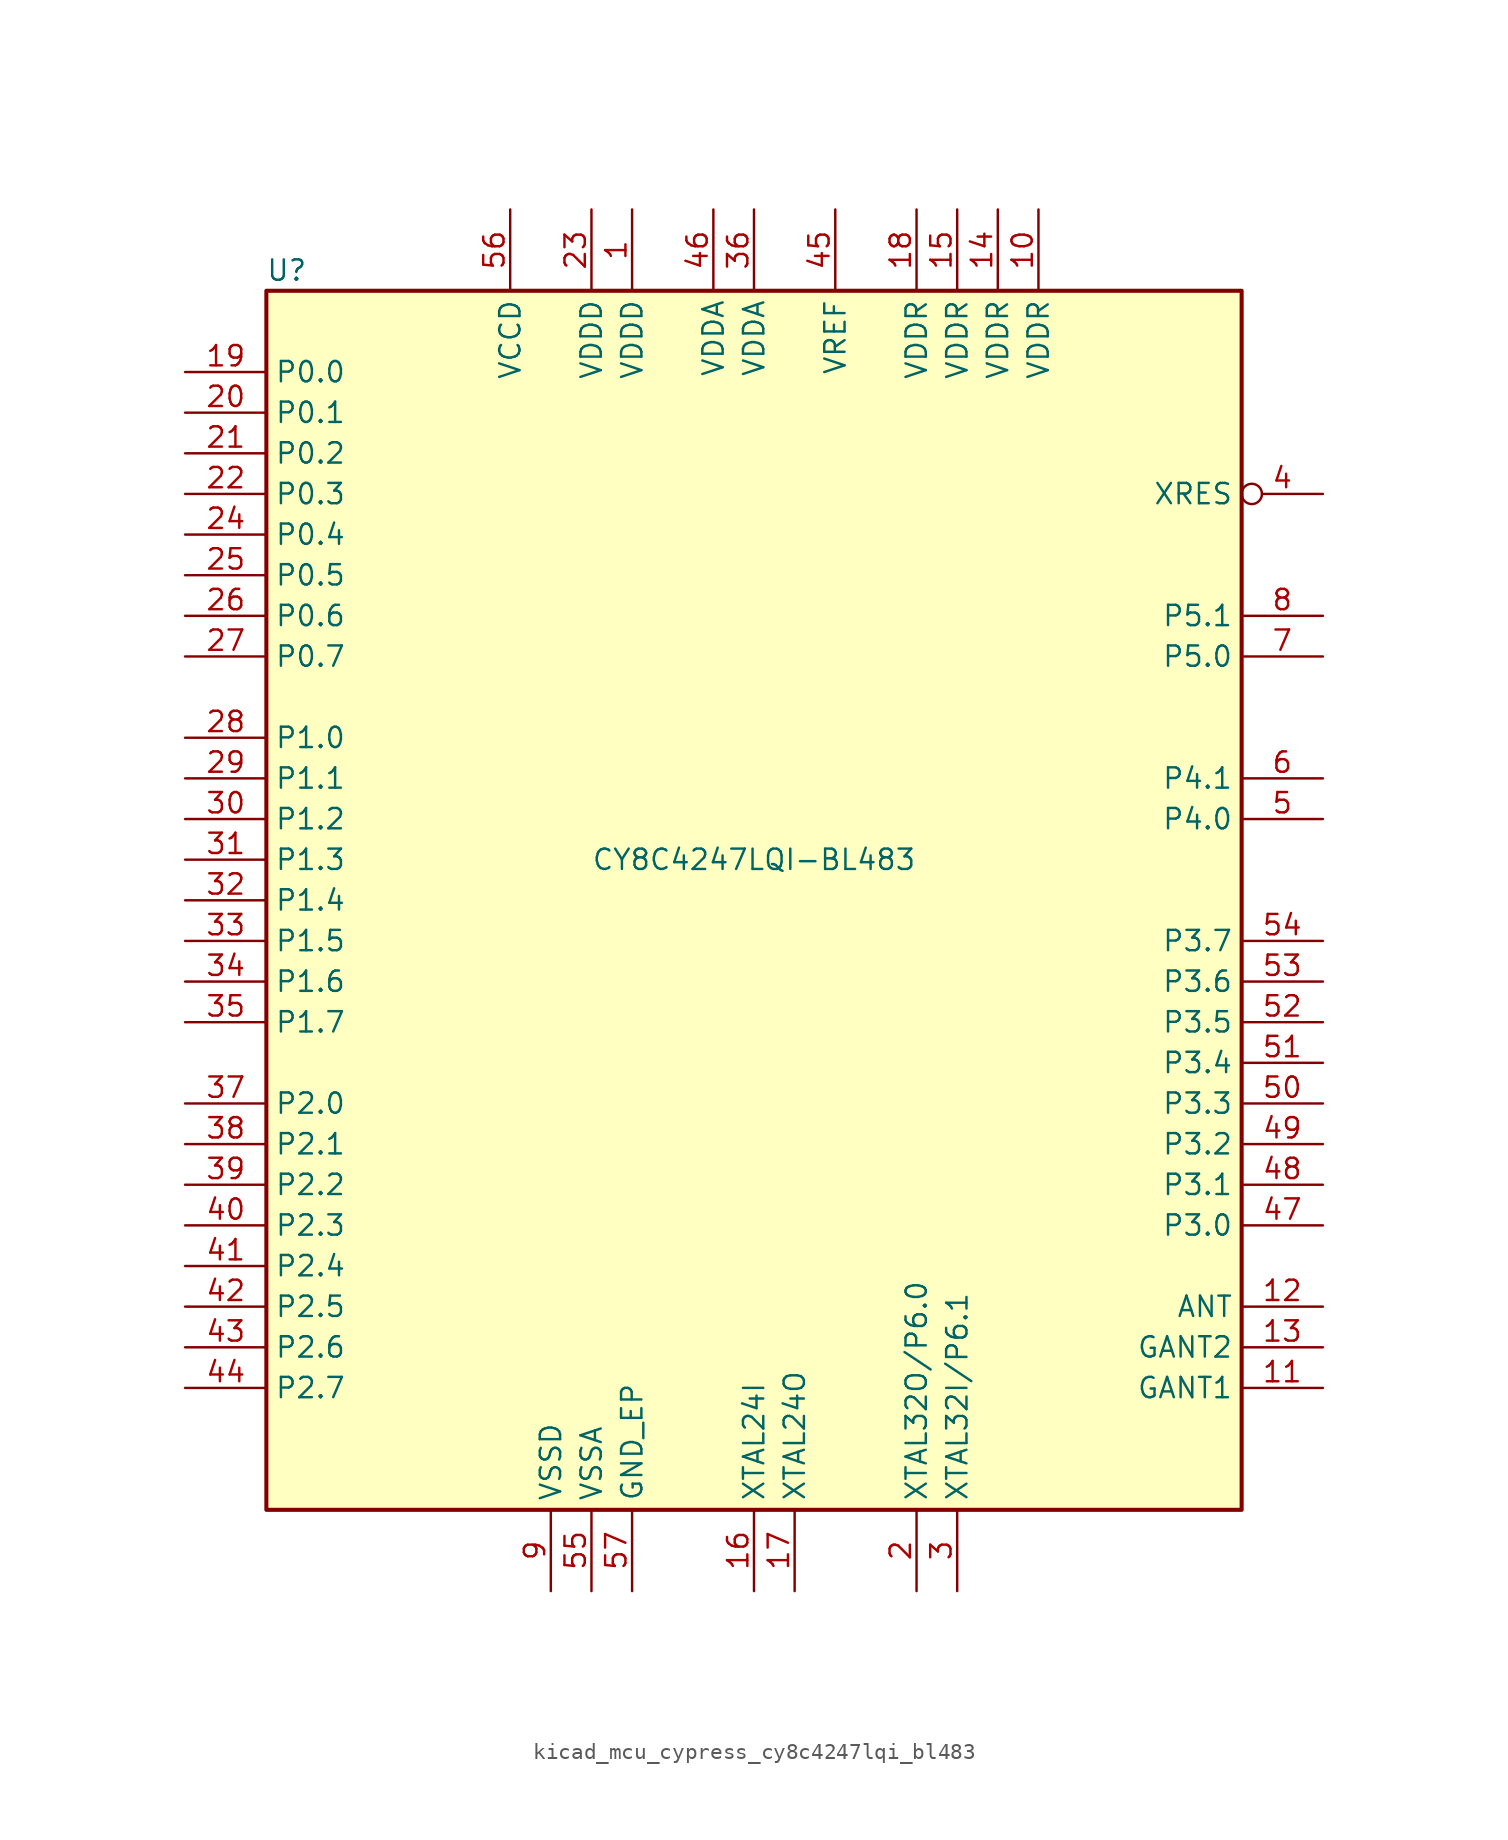
<source format=kicad_sym>
(kicad_symbol_lib
  (version 20220914)
  (generator kicad_symbol_editor)
  (symbol "kicad_mcu_cypress_cy8c4247lqi_bl483"
    (property "Reference" "U"
      (at -29.21 39.37 0)
      (effects (font (size 1.27 1.27))))
    (property "Value" "CY8C4247LQI-BL483"
      (at 0 2.54 0)
      (effects (font (size 1.27 1.27))))
    (symbol "kicad_mcu_cypress_cy8c4247lqi_bl483_1_0"
      (rectangle (start -30.48 -38.1) (end 30.48 38.1) (stroke (width 0.254) (type default)) (fill (type background))))
    (symbol "kicad_mcu_cypress_cy8c4247lqi_bl483_1_1"
      (pin power_in line (at -7.62 43.18 270) (length 5.08) (name "VDDD" (effects (font (size 1.27 1.27)))) (number "1" (effects (font (size 1.27 1.27)))))
      (pin power_in line (at 17.78 43.18 270) (length 5.08) (name "VDDR" (effects (font (size 1.27 1.27)))) (number "10" (effects (font (size 1.27 1.27)))))
      (pin power_in line (at 35.56 -30.48 180) (length 5.08) (name "GANT1" (effects (font (size 1.27 1.27)))) (number "11" (effects (font (size 1.27 1.27)))))
      (pin output line (at 35.56 -25.4 180) (length 5.08) (name "ANT" (effects (font (size 1.27 1.27)))) (number "12" (effects (font (size 1.27 1.27)))))
      (pin power_in line (at 35.56 -27.94 180) (length 5.08) (name "GANT2" (effects (font (size 1.27 1.27)))) (number "13" (effects (font (size 1.27 1.27)))))
      (pin power_in line (at 15.24 43.18 270) (length 5.08) (name "VDDR" (effects (font (size 1.27 1.27)))) (number "14" (effects (font (size 1.27 1.27)))))
      (pin power_in line (at 12.7 43.18 270) (length 5.08) (name "VDDR" (effects (font (size 1.27 1.27)))) (number "15" (effects (font (size 1.27 1.27)))))
      (pin input line (at 0 -43.18 90) (length 5.08) (name "XTAL24I" (effects (font (size 1.27 1.27)))) (number "16" (effects (font (size 1.27 1.27)))))
      (pin output line (at 2.54 -43.18 90) (length 5.08) (name "XTAL24O" (effects (font (size 1.27 1.27)))) (number "17" (effects (font (size 1.27 1.27)))))
      (pin power_in line (at 10.16 43.18 270) (length 5.08) (name "VDDR" (effects (font (size 1.27 1.27)))) (number "18" (effects (font (size 1.27 1.27)))))
      (pin bidirectional line (at -35.56 33.02 0) (length 5.08) (name "P0.0" (effects (font (size 1.27 1.27)))) (number "19" (effects (font (size 1.27 1.27)))))
      (pin bidirectional line (at 10.16 -43.18 90) (length 5.08) (name "XTAL32O/P6.0" (effects (font (size 1.27 1.27)))) (number "2" (effects (font (size 1.27 1.27)))))
      (pin bidirectional line (at -35.56 30.48 0) (length 5.08) (name "P0.1" (effects (font (size 1.27 1.27)))) (number "20" (effects (font (size 1.27 1.27)))))
      (pin bidirectional line (at -35.56 27.94 0) (length 5.08) (name "P0.2" (effects (font (size 1.27 1.27)))) (number "21" (effects (font (size 1.27 1.27)))))
      (pin bidirectional line (at -35.56 25.4 0) (length 5.08) (name "P0.3" (effects (font (size 1.27 1.27)))) (number "22" (effects (font (size 1.27 1.27)))))
      (pin power_in line (at -10.16 43.18 270) (length 5.08) (name "VDDD" (effects (font (size 1.27 1.27)))) (number "23" (effects (font (size 1.27 1.27)))))
      (pin bidirectional line (at -35.56 22.86 0) (length 5.08) (name "P0.4" (effects (font (size 1.27 1.27)))) (number "24" (effects (font (size 1.27 1.27)))))
      (pin bidirectional line (at -35.56 20.32 0) (length 5.08) (name "P0.5" (effects (font (size 1.27 1.27)))) (number "25" (effects (font (size 1.27 1.27)))))
      (pin bidirectional line (at -35.56 17.78 0) (length 5.08) (name "P0.6" (effects (font (size 1.27 1.27)))) (number "26" (effects (font (size 1.27 1.27)))))
      (pin bidirectional line (at -35.56 15.24 0) (length 5.08) (name "P0.7" (effects (font (size 1.27 1.27)))) (number "27" (effects (font (size 1.27 1.27)))))
      (pin bidirectional line (at -35.56 10.16 0) (length 5.08) (name "P1.0" (effects (font (size 1.27 1.27)))) (number "28" (effects (font (size 1.27 1.27)))))
      (pin bidirectional line (at -35.56 7.62 0) (length 5.08) (name "P1.1" (effects (font (size 1.27 1.27)))) (number "29" (effects (font (size 1.27 1.27)))))
      (pin bidirectional line (at 12.7 -43.18 90) (length 5.08) (name "XTAL32I/P6.1" (effects (font (size 1.27 1.27)))) (number "3" (effects (font (size 1.27 1.27)))))
      (pin bidirectional line (at -35.56 5.08 0) (length 5.08) (name "P1.2" (effects (font (size 1.27 1.27)))) (number "30" (effects (font (size 1.27 1.27)))))
      (pin bidirectional line (at -35.56 2.54 0) (length 5.08) (name "P1.3" (effects (font (size 1.27 1.27)))) (number "31" (effects (font (size 1.27 1.27)))))
      (pin bidirectional line (at -35.56 0 0) (length 5.08) (name "P1.4" (effects (font (size 1.27 1.27)))) (number "32" (effects (font (size 1.27 1.27)))))
      (pin bidirectional line (at -35.56 -2.54 0) (length 5.08) (name "P1.5" (effects (font (size 1.27 1.27)))) (number "33" (effects (font (size 1.27 1.27)))))
      (pin bidirectional line (at -35.56 -5.08 0) (length 5.08) (name "P1.6" (effects (font (size 1.27 1.27)))) (number "34" (effects (font (size 1.27 1.27)))))
      (pin bidirectional line (at -35.56 -7.62 0) (length 5.08) (name "P1.7" (effects (font (size 1.27 1.27)))) (number "35" (effects (font (size 1.27 1.27)))))
      (pin power_in line (at 0 43.18 270) (length 5.08) (name "VDDA" (effects (font (size 1.27 1.27)))) (number "36" (effects (font (size 1.27 1.27)))))
      (pin bidirectional line (at -35.56 -12.7 0) (length 5.08) (name "P2.0" (effects (font (size 1.27 1.27)))) (number "37" (effects (font (size 1.27 1.27)))))
      (pin bidirectional line (at -35.56 -15.24 0) (length 5.08) (name "P2.1" (effects (font (size 1.27 1.27)))) (number "38" (effects (font (size 1.27 1.27)))))
      (pin bidirectional line (at -35.56 -17.78 0) (length 5.08) (name "P2.2" (effects (font (size 1.27 1.27)))) (number "39" (effects (font (size 1.27 1.27)))))
      (pin input inverted (at 35.56 25.4 180) (length 5.08) (name "XRES" (effects (font (size 1.27 1.27)))) (number "4" (effects (font (size 1.27 1.27)))))
      (pin bidirectional line (at -35.56 -20.32 0) (length 5.08) (name "P2.3" (effects (font (size 1.27 1.27)))) (number "40" (effects (font (size 1.27 1.27)))))
      (pin bidirectional line (at -35.56 -22.86 0) (length 5.08) (name "P2.4" (effects (font (size 1.27 1.27)))) (number "41" (effects (font (size 1.27 1.27)))))
      (pin bidirectional line (at -35.56 -25.4 0) (length 5.08) (name "P2.5" (effects (font (size 1.27 1.27)))) (number "42" (effects (font (size 1.27 1.27)))))
      (pin bidirectional line (at -35.56 -27.94 0) (length 5.08) (name "P2.6" (effects (font (size 1.27 1.27)))) (number "43" (effects (font (size 1.27 1.27)))))
      (pin bidirectional line (at -35.56 -30.48 0) (length 5.08) (name "P2.7" (effects (font (size 1.27 1.27)))) (number "44" (effects (font (size 1.27 1.27)))))
      (pin passive line (at 5.08 43.18 270) (length 5.08) (name "VREF" (effects (font (size 1.27 1.27)))) (number "45" (effects (font (size 1.27 1.27)))))
      (pin power_in line (at -2.54 43.18 270) (length 5.08) (name "VDDA" (effects (font (size 1.27 1.27)))) (number "46" (effects (font (size 1.27 1.27)))))
      (pin bidirectional line (at 35.56 -20.32 180) (length 5.08) (name "P3.0" (effects (font (size 1.27 1.27)))) (number "47" (effects (font (size 1.27 1.27)))))
      (pin bidirectional line (at 35.56 -17.78 180) (length 5.08) (name "P3.1" (effects (font (size 1.27 1.27)))) (number "48" (effects (font (size 1.27 1.27)))))
      (pin bidirectional line (at 35.56 -15.24 180) (length 5.08) (name "P3.2" (effects (font (size 1.27 1.27)))) (number "49" (effects (font (size 1.27 1.27)))))
      (pin bidirectional line (at 35.56 5.08 180) (length 5.08) (name "P4.0" (effects (font (size 1.27 1.27)))) (number "5" (effects (font (size 1.27 1.27)))))
      (pin bidirectional line (at 35.56 -12.7 180) (length 5.08) (name "P3.3" (effects (font (size 1.27 1.27)))) (number "50" (effects (font (size 1.27 1.27)))))
      (pin bidirectional line (at 35.56 -10.16 180) (length 5.08) (name "P3.4" (effects (font (size 1.27 1.27)))) (number "51" (effects (font (size 1.27 1.27)))))
      (pin bidirectional line (at 35.56 -7.62 180) (length 5.08) (name "P3.5" (effects (font (size 1.27 1.27)))) (number "52" (effects (font (size 1.27 1.27)))))
      (pin bidirectional line (at 35.56 -5.08 180) (length 5.08) (name "P3.6" (effects (font (size 1.27 1.27)))) (number "53" (effects (font (size 1.27 1.27)))))
      (pin bidirectional line (at 35.56 -2.54 180) (length 5.08) (name "P3.7" (effects (font (size 1.27 1.27)))) (number "54" (effects (font (size 1.27 1.27)))))
      (pin power_in line (at -10.16 -43.18 90) (length 5.08) (name "VSSA" (effects (font (size 1.27 1.27)))) (number "55" (effects (font (size 1.27 1.27)))))
      (pin power_out line (at -15.24 43.18 270) (length 5.08) (name "VCCD" (effects (font (size 1.27 1.27)))) (number "56" (effects (font (size 1.27 1.27)))))
      (pin power_in line (at -7.62 -43.18 90) (length 5.08) (name "GND_EP" (effects (font (size 1.27 1.27)))) (number "57" (effects (font (size 1.27 1.27)))))
      (pin bidirectional line (at 35.56 7.62 180) (length 5.08) (name "P4.1" (effects (font (size 1.27 1.27)))) (number "6" (effects (font (size 1.27 1.27)))))
      (pin bidirectional line (at 35.56 15.24 180) (length 5.08) (name "P5.0" (effects (font (size 1.27 1.27)))) (number "7" (effects (font (size 1.27 1.27)))))
      (pin bidirectional line (at 35.56 17.78 180) (length 5.08) (name "P5.1" (effects (font (size 1.27 1.27)))) (number "8" (effects (font (size 1.27 1.27)))))
      (pin power_in line (at -12.7 -43.18 90) (length 5.08) (name "VSSD" (effects (font (size 1.27 1.27)))) (number "9" (effects (font (size 1.27 1.27))))))))
</source>
